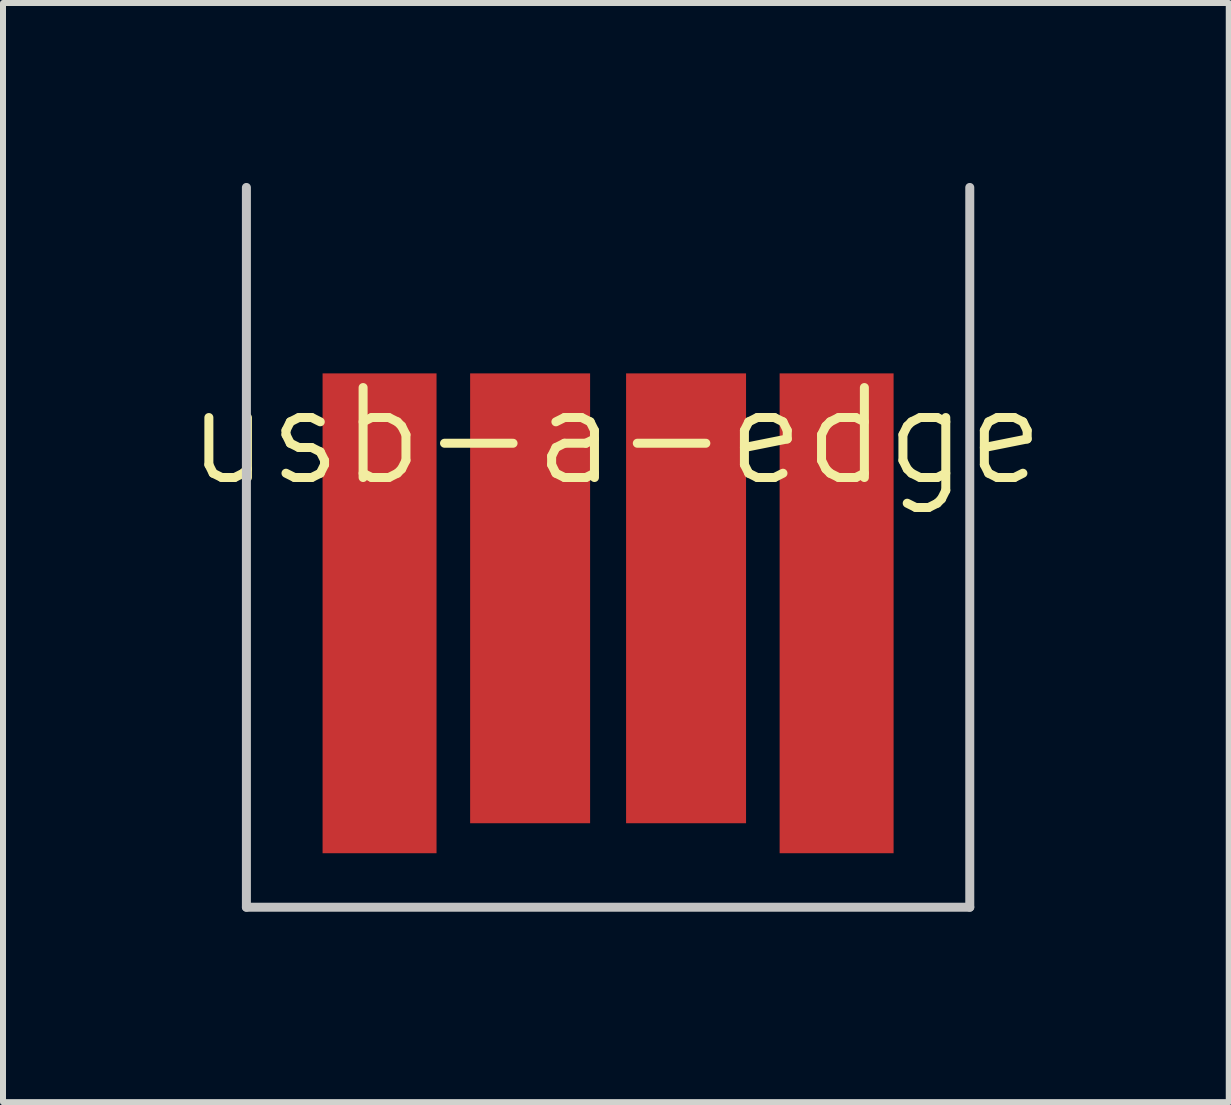
<source format=kicad_pcb>
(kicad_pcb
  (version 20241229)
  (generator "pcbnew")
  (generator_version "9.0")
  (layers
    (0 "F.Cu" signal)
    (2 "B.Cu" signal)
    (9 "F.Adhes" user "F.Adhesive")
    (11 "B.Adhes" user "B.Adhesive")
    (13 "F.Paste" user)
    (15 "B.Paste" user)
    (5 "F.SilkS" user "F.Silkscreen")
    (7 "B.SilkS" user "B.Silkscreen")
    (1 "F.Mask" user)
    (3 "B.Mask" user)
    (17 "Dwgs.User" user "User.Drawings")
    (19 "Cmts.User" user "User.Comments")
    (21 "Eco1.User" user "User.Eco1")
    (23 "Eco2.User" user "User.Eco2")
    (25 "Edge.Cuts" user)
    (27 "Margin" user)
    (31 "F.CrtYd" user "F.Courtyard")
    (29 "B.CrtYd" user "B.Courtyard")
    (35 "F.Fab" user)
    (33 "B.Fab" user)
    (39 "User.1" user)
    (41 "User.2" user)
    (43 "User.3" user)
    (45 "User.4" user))
  (footprint "usb-a-edge"
    (layer "F.Cu")
    (at 7.088 12.075)
    (property "Reference" "usb-a-edge" (at 0.13 -7.85 0) (layer "F.SilkS") (effects (font (size 1.5 1.5) (thickness 0.15))))
    (attr exclude_from_pos_files exclude_from_bom)
    (fp_line (start -6.03 0) (end -6.03 -12) (stroke (width 0.15) (type solid)) (layer "Dwgs.User"))
    (fp_line (start 6.03 0) (end -6.03 0) (stroke (width 0.15) (type solid)) (layer "Dwgs.User"))
    (fp_line (start 6.03 0) (end 6.03 -12) (stroke (width 0.15) (type solid)) (layer "Dwgs.User"))
    (pad "1" connect rect (at 3.81 -4.9) (size 1.9 8) (layers "F.Cu" "F.Mask"))
    (pad "2" connect rect (at 1.3 -5.15) (size 2 7.5) (layers "F.Cu" "F.Mask"))
    (pad "3" connect rect (at -1.3 -5.15) (size 2 7.5) (layers "F.Cu" "F.Mask"))
    (pad "4" connect rect (at -3.81 -4.9) (size 1.9 8) (layers "F.Cu" "F.Mask")))
  (gr_rect
    (start -3 -3)
    (end 17.436 15.325)
    (stroke (width 0.1) (type default))
    (fill no)
    (layer "Edge.Cuts")))
</source>
